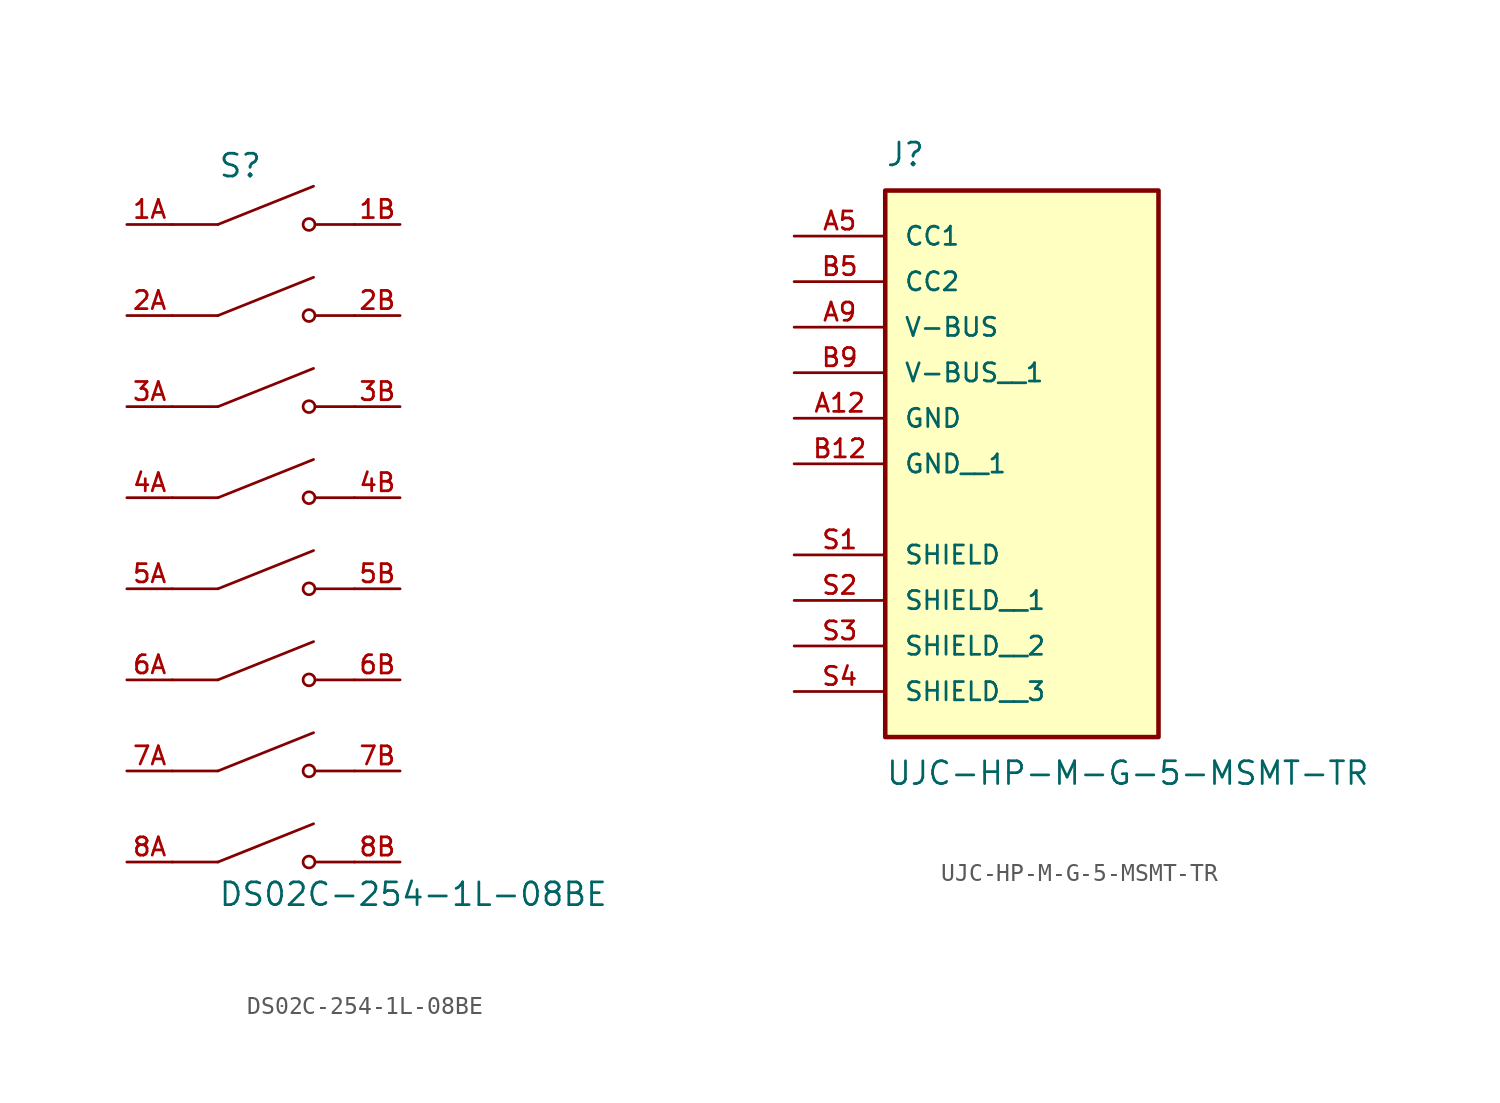
<source format=kicad_sym>
(kicad_symbol_lib
  (version 20220914)
  (generator kicad_symbol_editor)
  (symbol "DS02C-254-1L-08BE"
    (pin_names
      (offset 1.016) hide)
    (property "Reference" "S"
      (at -2.54 20.32 0)
      (effects (font (size 1.27 1.27)) (justify left bottom)))
    (property "Value" "DS02C-254-1L-08BE"
      (at -2.54 -20.32 0)
      (effects (font (size 1.27 1.27)) (justify left bottom)))
    (symbol "DS02C-254-1L-08BE_0_0"
      (polyline (pts (xy -2.54 -17.78) (xy -5.08 -17.78)) (stroke (width 0.152) (type solid)) (fill (type none)))
      (polyline (pts (xy -2.54 -17.78) (xy 2.794 -15.646)) (stroke (width 0.152) (type solid)) (fill (type none)))
      (polyline (pts (xy -2.54 -12.7) (xy -5.08 -12.7)) (stroke (width 0.152) (type solid)) (fill (type none)))
      (polyline (pts (xy -2.54 -12.7) (xy 2.794 -10.566)) (stroke (width 0.152) (type solid)) (fill (type none)))
      (polyline (pts (xy -2.54 -7.62) (xy -5.08 -7.62)) (stroke (width 0.152) (type solid)) (fill (type none)))
      (polyline (pts (xy -2.54 -7.62) (xy 2.794 -5.486)) (stroke (width 0.152) (type solid)) (fill (type none)))
      (polyline (pts (xy -2.54 -2.54) (xy -5.08 -2.54)) (stroke (width 0.152) (type solid)) (fill (type none)))
      (polyline (pts (xy -2.54 -2.54) (xy 2.794 -0.406)) (stroke (width 0.152) (type solid)) (fill (type none)))
      (polyline (pts (xy -2.54 2.54) (xy -5.08 2.54)) (stroke (width 0.152) (type solid)) (fill (type none)))
      (polyline (pts (xy -2.54 2.54) (xy 2.794 4.674)) (stroke (width 0.152) (type solid)) (fill (type none)))
      (polyline (pts (xy -2.54 7.62) (xy -5.08 7.62)) (stroke (width 0.152) (type solid)) (fill (type none)))
      (polyline (pts (xy -2.54 7.62) (xy 2.794 9.754)) (stroke (width 0.152) (type solid)) (fill (type none)))
      (polyline (pts (xy -2.54 12.7) (xy -5.08 12.7)) (stroke (width 0.152) (type solid)) (fill (type none)))
      (polyline (pts (xy -2.54 12.7) (xy 2.794 14.834)) (stroke (width 0.152) (type solid)) (fill (type none)))
      (polyline (pts (xy -2.54 17.78) (xy -5.08 17.78)) (stroke (width 0.152) (type solid)) (fill (type none)))
      (polyline (pts (xy -2.54 17.78) (xy 2.794 19.914)) (stroke (width 0.152) (type solid)) (fill (type none)))
      (polyline (pts (xy 5.08 -17.78) (xy 2.921 -17.78)) (stroke (width 0.152) (type solid)) (fill (type none)))
      (polyline (pts (xy 5.08 -12.7) (xy 2.921 -12.7)) (stroke (width 0.152) (type solid)) (fill (type none)))
      (polyline (pts (xy 5.08 -7.62) (xy 2.921 -7.62)) (stroke (width 0.152) (type solid)) (fill (type none)))
      (polyline (pts (xy 5.08 -2.54) (xy 2.921 -2.54)) (stroke (width 0.152) (type solid)) (fill (type none)))
      (polyline (pts (xy 5.08 2.54) (xy 2.921 2.54)) (stroke (width 0.152) (type solid)) (fill (type none)))
      (polyline (pts (xy 5.08 7.62) (xy 2.921 7.62)) (stroke (width 0.152) (type solid)) (fill (type none)))
      (polyline (pts (xy 5.08 12.7) (xy 2.921 12.7)) (stroke (width 0.152) (type solid)) (fill (type none)))
      (polyline (pts (xy 5.08 17.78) (xy 2.921 17.78)) (stroke (width 0.152) (type solid)) (fill (type none)))
      (circle (center 2.54 -17.78) (radius 0.33) (stroke (width 0.152) (type solid)) (fill (type none)))
      (circle (center 2.54 -12.7) (radius 0.33) (stroke (width 0.152) (type solid)) (fill (type none)))
      (circle (center 2.54 -7.62) (radius 0.33) (stroke (width 0.152) (type solid)) (fill (type none)))
      (circle (center 2.54 -2.54) (radius 0.33) (stroke (width 0.152) (type solid)) (fill (type none)))
      (circle (center 2.54 2.54) (radius 0.33) (stroke (width 0.152) (type solid)) (fill (type none)))
      (circle (center 2.54 7.62) (radius 0.33) (stroke (width 0.152) (type solid)) (fill (type none)))
      (circle (center 2.54 12.7) (radius 0.33) (stroke (width 0.152) (type solid)) (fill (type none)))
      (circle (center 2.54 17.78) (radius 0.33) (stroke (width 0.152) (type solid)) (fill (type none)))
      (pin passive line (at -7.62 17.78 0) (length 2.54) (name "~" (effects (font (size 1.016 1.016)))) (number "1A" (effects (font (size 1.016 1.016)))))
      (pin passive line (at 7.62 17.78 180) (length 2.54) (name "~" (effects (font (size 1.016 1.016)))) (number "1B" (effects (font (size 1.016 1.016)))))
      (pin passive line (at -7.62 12.7 0) (length 2.54) (name "~" (effects (font (size 1.016 1.016)))) (number "2A" (effects (font (size 1.016 1.016)))))
      (pin passive line (at 7.62 12.7 180) (length 2.54) (name "~" (effects (font (size 1.016 1.016)))) (number "2B" (effects (font (size 1.016 1.016)))))
      (pin passive line (at -7.62 7.62 0) (length 2.54) (name "~" (effects (font (size 1.016 1.016)))) (number "3A" (effects (font (size 1.016 1.016)))))
      (pin passive line (at 7.62 7.62 180) (length 2.54) (name "~" (effects (font (size 1.016 1.016)))) (number "3B" (effects (font (size 1.016 1.016)))))
      (pin passive line (at -7.62 2.54 0) (length 2.54) (name "~" (effects (font (size 1.016 1.016)))) (number "4A" (effects (font (size 1.016 1.016)))))
      (pin passive line (at 7.62 2.54 180) (length 2.54) (name "~" (effects (font (size 1.016 1.016)))) (number "4B" (effects (font (size 1.016 1.016)))))
      (pin passive line (at -7.62 -2.54 0) (length 2.54) (name "~" (effects (font (size 1.016 1.016)))) (number "5A" (effects (font (size 1.016 1.016)))))
      (pin passive line (at 7.62 -2.54 180) (length 2.54) (name "~" (effects (font (size 1.016 1.016)))) (number "5B" (effects (font (size 1.016 1.016)))))
      (pin passive line (at -7.62 -7.62 0) (length 2.54) (name "~" (effects (font (size 1.016 1.016)))) (number "6A" (effects (font (size 1.016 1.016)))))
      (pin passive line (at 7.62 -7.62 180) (length 2.54) (name "~" (effects (font (size 1.016 1.016)))) (number "6B" (effects (font (size 1.016 1.016)))))
      (pin passive line (at -7.62 -12.7 0) (length 2.54) (name "~" (effects (font (size 1.016 1.016)))) (number "7A" (effects (font (size 1.016 1.016)))))
      (pin passive line (at 7.62 -12.7 180) (length 2.54) (name "~" (effects (font (size 1.016 1.016)))) (number "7B" (effects (font (size 1.016 1.016)))))
      (pin passive line (at -7.62 -17.78 0) (length 2.54) (name "~" (effects (font (size 1.016 1.016)))) (number "8A" (effects (font (size 1.016 1.016)))))
      (pin passive line (at 7.62 -17.78 180) (length 2.54) (name "~" (effects (font (size 1.016 1.016)))) (number "8B" (effects (font (size 1.016 1.016)))))))
  (symbol "UJC-HP-M-G-5-MSMT-TR"
    (pin_names
      (offset 1.016))
    (property "Reference" "J"
      (at -7.62 8.89 0)
      (effects (font (size 1.27 1.27)) (justify left bottom)))
    (property "Value" "UJC-HP-M-G-5-MSMT-TR"
      (at -7.62 -24.13 0)
      (effects (font (size 1.27 1.27)) (justify left top)))
    (symbol "UJC-HP-M-G-5-MSMT-TR_0_0"
      (rectangle (start -7.62 -22.86) (end 7.62 7.62) (stroke (width 0.254) (type default)) (fill (type background)))
      (pin power_in line (at -12.7 -5.08 0) (length 5.08) (name "GND" (effects (font (size 1.016 1.016)))) (number "A12" (effects (font (size 1.016 1.016)))))
      (pin bidirectional line (at -12.7 5.08 0) (length 5.08) (name "CC1" (effects (font (size 1.016 1.016)))) (number "A5" (effects (font (size 1.016 1.016)))))
      (pin power_in line (at -12.7 0 0) (length 5.08) (name "V-BUS" (effects (font (size 1.016 1.016)))) (number "A9" (effects (font (size 1.016 1.016)))))
      (pin power_in line (at -12.7 -7.62 0) (length 5.08) (name "GND__1" (effects (font (size 1.016 1.016)))) (number "B12" (effects (font (size 1.016 1.016)))))
      (pin bidirectional line (at -12.7 2.54 0) (length 5.08) (name "CC2" (effects (font (size 1.016 1.016)))) (number "B5" (effects (font (size 1.016 1.016)))))
      (pin power_in line (at -12.7 -2.54 0) (length 5.08) (name "V-BUS__1" (effects (font (size 1.016 1.016)))) (number "B9" (effects (font (size 1.016 1.016)))))
      (pin passive line (at -12.7 -12.7 0) (length 5.08) (name "SHIELD" (effects (font (size 1.016 1.016)))) (number "S1" (effects (font (size 1.016 1.016)))))
      (pin passive line (at -12.7 -15.24 0) (length 5.08) (name "SHIELD__1" (effects (font (size 1.016 1.016)))) (number "S2" (effects (font (size 1.016 1.016)))))
      (pin passive line (at -12.7 -17.78 0) (length 5.08) (name "SHIELD__2" (effects (font (size 1.016 1.016)))) (number "S3" (effects (font (size 1.016 1.016)))))
      (pin passive line (at -12.7 -20.32 0) (length 5.08) (name "SHIELD__3" (effects (font (size 1.016 1.016)))) (number "S4" (effects (font (size 1.016 1.016))))))))
</source>
